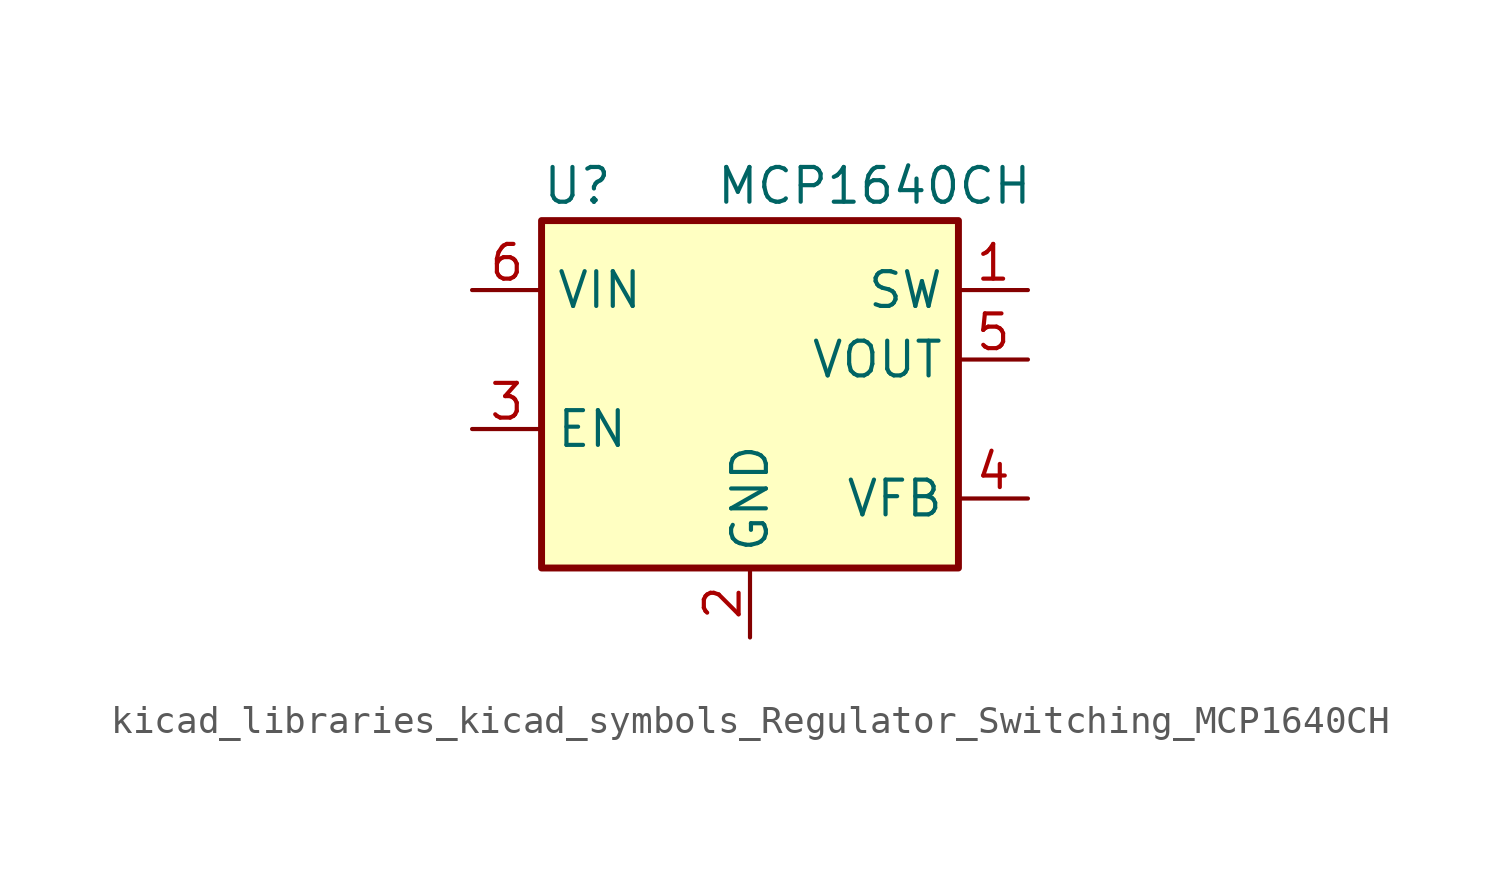
<source format=kicad_sym>
(kicad_symbol_lib
  (version 20220914)
  (generator kicad_symbol_editor)
  (symbol "kicad_libraries_kicad_symbols_Regulator_Switching_MCP1640CH"
    (property "Reference" "U"
      (at -7.62 8.89 0)
      (effects (font (size 1.27 1.27)) (justify left)))
    (property "Value" "MCP1640CH"
      (at -1.27 8.89 0)
      (effects (font (size 1.27 1.27)) (justify left)))
    (symbol "kicad_libraries_kicad_symbols_Regulator_Switching_MCP1640CH_0_1"
      (rectangle (start -7.62 7.62) (end 7.62 -5.08) (stroke (width 0.254) (type default)) (fill (type background))))
    (symbol "kicad_libraries_kicad_symbols_Regulator_Switching_MCP1640CH_1_1"
      (pin input line (at 10.16 5.08 180) (length 2.54) (name "SW" (effects (font (size 1.27 1.27)))) (number "1" (effects (font (size 1.27 1.27)))))
      (pin power_in line (at 0 -7.62 90) (length 2.54) (name "GND" (effects (font (size 1.27 1.27)))) (number "2" (effects (font (size 1.27 1.27)))))
      (pin input line (at -10.16 0 0) (length 2.54) (name "EN" (effects (font (size 1.27 1.27)))) (number "3" (effects (font (size 1.27 1.27)))))
      (pin input line (at 10.16 -2.54 180) (length 2.54) (name "VFB" (effects (font (size 1.27 1.27)))) (number "4" (effects (font (size 1.27 1.27)))))
      (pin power_out line (at 10.16 2.54 180) (length 2.54) (name "VOUT" (effects (font (size 1.27 1.27)))) (number "5" (effects (font (size 1.27 1.27)))))
      (pin power_in line (at -10.16 5.08 0) (length 2.54) (name "VIN" (effects (font (size 1.27 1.27)))) (number "6" (effects (font (size 1.27 1.27))))))))
</source>
